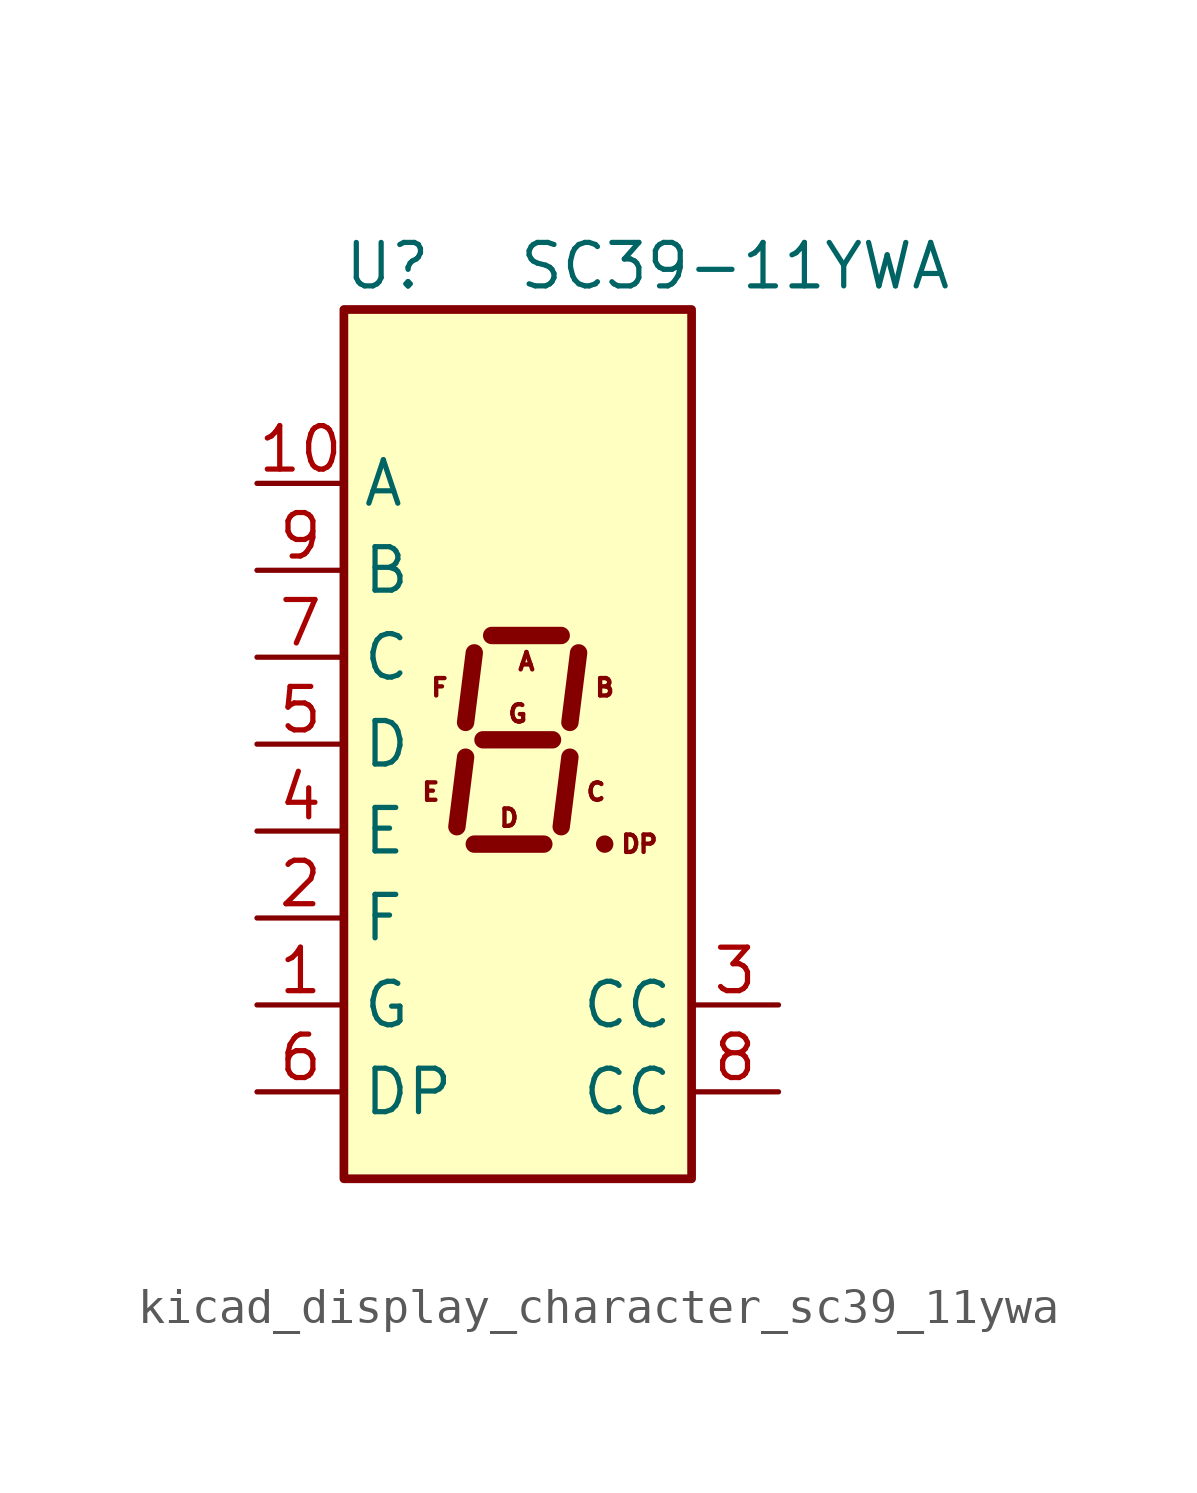
<source format=kicad_sym>
(kicad_symbol_lib
  (version 20220914)
  (generator kicad_symbol_editor)
  (symbol "kicad_display_character_sc39_11ywa"
    (property "Reference" "U"
      (at -3.81 13.97 0)
      (effects (font (size 1.27 1.27))))
    (property "Value" "SC39-11YWA"
      (at 6.35 13.97 0)
      (effects (font (size 1.27 1.27))))
    (symbol "kicad_display_character_sc39_11ywa_1_0"
      (text "A" (at 0.254 2.413 0) (effects (font (size 0.508 0.508))))
      (text "B" (at 2.54 1.651 0) (effects (font (size 0.508 0.508))))
      (text "C" (at 2.286 -1.397 0) (effects (font (size 0.508 0.508))))
      (text "D" (at -0.254 -2.159 0) (effects (font (size 0.508 0.508))))
      (text "DP" (at 3.556 -2.921 0) (effects (font (size 0.508 0.508))))
      (text "E" (at -2.54 -1.397 0) (effects (font (size 0.508 0.508))))
      (text "F" (at -2.286 1.651 0) (effects (font (size 0.508 0.508))))
      (text "G" (at 0 0.889 0) (effects (font (size 0.508 0.508)))))
    (symbol "kicad_display_character_sc39_11ywa_1_1"
      (rectangle (start -5.08 12.7) (end 5.08 -12.7) (stroke (width 0.254) (type default)) (fill (type background)))
      (polyline (pts (xy -1.524 -0.381) (xy -1.778 -2.413)) (stroke (width 0.508) (type default)) (fill (type none)))
      (polyline (pts (xy -1.27 -2.921) (xy 0.762 -2.921)) (stroke (width 0.508) (type default)) (fill (type none)))
      (polyline (pts (xy -1.27 2.667) (xy -1.524 0.635)) (stroke (width 0.508) (type default)) (fill (type none)))
      (polyline (pts (xy -1.016 0.127) (xy 1.016 0.127)) (stroke (width 0.508) (type default)) (fill (type none)))
      (polyline (pts (xy -0.762 3.175) (xy 1.27 3.175)) (stroke (width 0.508) (type default)) (fill (type none)))
      (polyline (pts (xy 1.524 -0.381) (xy 1.27 -2.413)) (stroke (width 0.508) (type default)) (fill (type none)))
      (polyline (pts (xy 1.778 2.667) (xy 1.524 0.635)) (stroke (width 0.508) (type default)) (fill (type none)))
      (polyline (pts (xy 2.54 -2.921) (xy 2.54 -2.921)) (stroke (width 0.508) (type default)) (fill (type none)))
      (pin input line (at -7.62 -7.62 0) (length 2.54) (name "G" (effects (font (size 1.27 1.27)))) (number "1" (effects (font (size 1.27 1.27)))))
      (pin input line (at -7.62 7.62 0) (length 2.54) (name "A" (effects (font (size 1.27 1.27)))) (number "10" (effects (font (size 1.27 1.27)))))
      (pin input line (at -7.62 -5.08 0) (length 2.54) (name "F" (effects (font (size 1.27 1.27)))) (number "2" (effects (font (size 1.27 1.27)))))
      (pin input line (at 7.62 -7.62 180) (length 2.54) (name "CC" (effects (font (size 1.27 1.27)))) (number "3" (effects (font (size 1.27 1.27)))))
      (pin input line (at -7.62 -2.54 0) (length 2.54) (name "E" (effects (font (size 1.27 1.27)))) (number "4" (effects (font (size 1.27 1.27)))))
      (pin input line (at -7.62 0 0) (length 2.54) (name "D" (effects (font (size 1.27 1.27)))) (number "5" (effects (font (size 1.27 1.27)))))
      (pin input line (at -7.62 -10.16 0) (length 2.54) (name "DP" (effects (font (size 1.27 1.27)))) (number "6" (effects (font (size 1.27 1.27)))))
      (pin input line (at -7.62 2.54 0) (length 2.54) (name "C" (effects (font (size 1.27 1.27)))) (number "7" (effects (font (size 1.27 1.27)))))
      (pin input line (at 7.62 -10.16 180) (length 2.54) (name "CC" (effects (font (size 1.27 1.27)))) (number "8" (effects (font (size 1.27 1.27)))))
      (pin input line (at -7.62 5.08 0) (length 2.54) (name "B" (effects (font (size 1.27 1.27)))) (number "9" (effects (font (size 1.27 1.27))))))))
</source>
